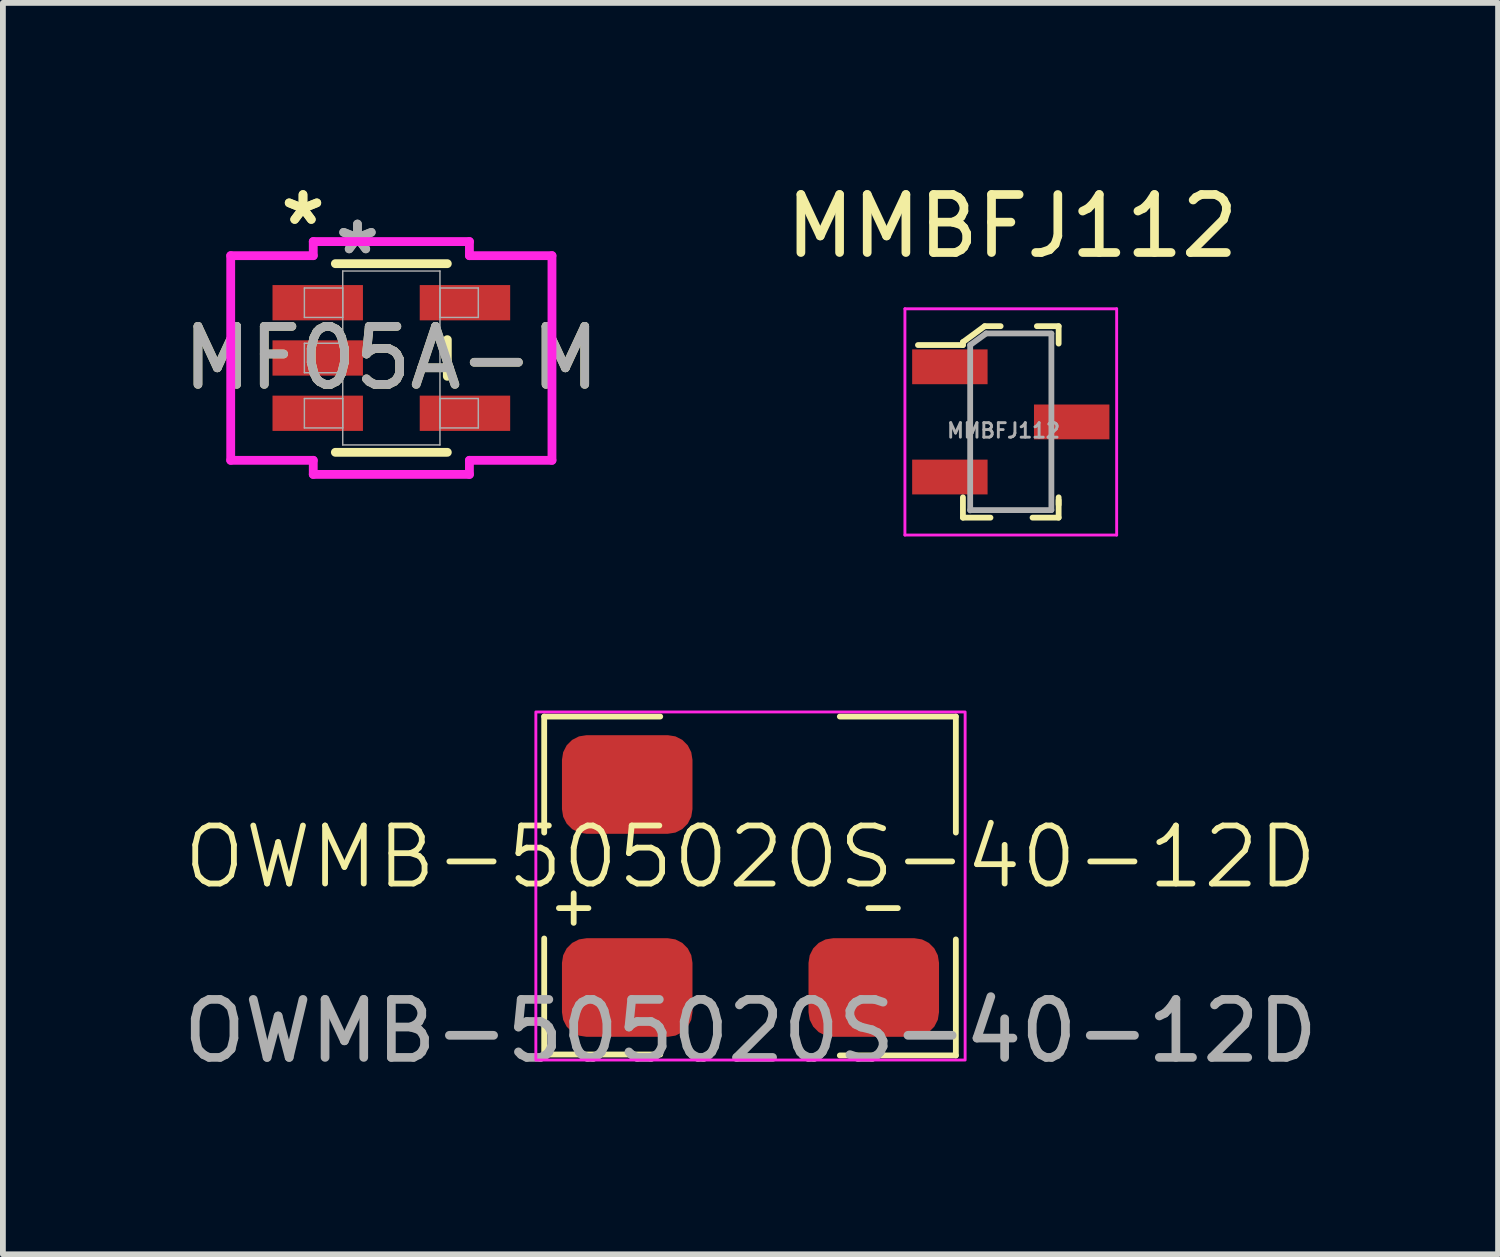
<source format=kicad_pcb>
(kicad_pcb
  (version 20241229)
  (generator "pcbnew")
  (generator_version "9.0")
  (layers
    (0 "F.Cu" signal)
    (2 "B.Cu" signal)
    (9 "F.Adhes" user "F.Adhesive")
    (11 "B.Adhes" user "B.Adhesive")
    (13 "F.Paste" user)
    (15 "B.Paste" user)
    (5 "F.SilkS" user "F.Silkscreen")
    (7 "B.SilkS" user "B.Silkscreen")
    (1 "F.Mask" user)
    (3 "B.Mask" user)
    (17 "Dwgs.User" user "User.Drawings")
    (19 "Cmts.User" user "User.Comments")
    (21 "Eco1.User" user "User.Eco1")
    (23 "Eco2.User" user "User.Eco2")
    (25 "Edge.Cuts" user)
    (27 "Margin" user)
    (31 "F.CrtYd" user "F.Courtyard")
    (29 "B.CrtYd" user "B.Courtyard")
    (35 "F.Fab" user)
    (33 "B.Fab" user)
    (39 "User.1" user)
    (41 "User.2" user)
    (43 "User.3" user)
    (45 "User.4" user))
  (footprint "OWMB-505020S-40-12D"
    (layer "F.Cu")
    (at 9.887 12.223)
    (property "Reference" "OWMB-505020S-40-12D" (at 0 -0.5 0) (unlocked yes) (layer "F.SilkS") (effects (font (size 1 1) (thickness 0.1))))
    (attr smd)
    (fp_line (start -3.556 -2.921) (end -3.556 -0.921) (stroke (width 0.1) (type default)) (layer "F.SilkS"))
    (fp_line (start -3.556 -2.921) (end -1.556 -2.921) (stroke (width 0.1) (type default)) (layer "F.SilkS"))
    (fp_line (start -3.556 2.905) (end -3.556 0.905) (stroke (width 0.1) (type default)) (layer "F.SilkS"))
    (fp_line (start -3.556 2.905) (end -1.556 2.905) (stroke (width 0.1) (type default)) (layer "F.SilkS"))
    (fp_line (start -3.302 0.381) (end -2.794 0.381) (stroke (width 0.1) (type default)) (layer "F.SilkS"))
    (fp_line (start -3.048 0.127) (end -3.048 0.635) (stroke (width 0.1) (type default)) (layer "F.SilkS"))
    (fp_line (start 2.032 0.381) (end 2.54 0.381) (stroke (width 0.1) (type default)) (layer "F.SilkS"))
    (fp_line (start 3.54 -2.921) (end 1.54 -2.921) (stroke (width 0.1) (type default)) (layer "F.SilkS"))
    (fp_line (start 3.54 -2.921) (end 3.54 -0.921) (stroke (width 0.1) (type default)) (layer "F.SilkS"))
    (fp_line (start 3.54 2.921) (end 1.54 2.921) (stroke (width 0.1) (type default)) (layer "F.SilkS"))
    (fp_line (start 3.54 2.921) (end 3.54 0.921) (stroke (width 0.1) (type default)) (layer "F.SilkS"))
    (fp_rect (start -3.7 -3) (end 3.7 3) (stroke (width 0.05) (type default)) (fill no) (layer "F.CrtYd"))
    (fp_text user "${REFERENCE}" (at 0 2.5 0) (unlocked yes) (layer "F.Fab") (effects (font (size 1 1) (thickness 0.15))))
    (pad "" smd roundrect (at -2.125 -1.75) (size 2.25 1.7) (layers "F.Cu" "F.Mask" "F.Paste") (roundrect_rratio 0.25))
    (pad "1" smd roundrect (at -2.125 1.75) (size 2.25 1.7) (layers "F.Cu" "F.Mask" "F.Paste") (roundrect_rratio 0.25))
    (pad "2" smd roundrect (at 2.125 1.75) (size 2.25 1.7) (layers "F.Cu" "F.Mask" "F.Paste") (roundrect_rratio 0.25)))
  (footprint "MMBFJ112"
    (layer "F.Cu")
    (at 14.374 4.223)
    (property "Reference" "MMBFJ112" (at 0.025 -3.375 0) (layer "F.SilkS") (effects (font (size 1 1) (thickness 0.15))))
    (attr smd)
    (fp_line (start -0.825 -1.375) (end -0.825 -1.325) (stroke (width 0.1) (type solid)) (layer "F.SilkS"))
    (fp_line (start -0.825 -1.325) (end -1.6 -1.325) (stroke (width 0.1) (type solid)) (layer "F.SilkS"))
    (fp_line (start -0.825 1.65) (end -0.825 1.3) (stroke (width 0.1) (type solid)) (layer "F.SilkS"))
    (fp_line (start -0.45 -1.65) (end -0.825 -1.375) (stroke (width 0.1) (type solid)) (layer "F.SilkS"))
    (fp_line (start -0.35 1.65) (end -0.825 1.65) (stroke (width 0.1) (type solid)) (layer "F.SilkS"))
    (fp_line (start -0.175 -1.65) (end -0.45 -1.65) (stroke (width 0.1) (type solid)) (layer "F.SilkS"))
    (fp_line (start 0.45 -1.65) (end 0.825 -1.65) (stroke (width 0.1) (type solid)) (layer "F.SilkS"))
    (fp_line (start 0.825 -1.65) (end 0.825 -1.35) (stroke (width 0.1) (type solid)) (layer "F.SilkS"))
    (fp_line (start 0.825 1.35) (end 0.825 1.65) (stroke (width 0.1) (type solid)) (layer "F.SilkS"))
    (fp_line (start 0.825 1.425) (end 0.825 1.3) (stroke (width 0.1) (type solid)) (layer "F.SilkS"))
    (fp_line (start 0.825 1.65) (end 0.375 1.65) (stroke (width 0.1) (type solid)) (layer "F.SilkS"))
    (fp_line (start -1.825 -1.95) (end -1.825 1.95) (stroke (width 0.05) (type solid)) (layer "F.CrtYd"))
    (fp_line (start -1.825 -1.95) (end 1.825 -1.95) (stroke (width 0.05) (type solid)) (layer "F.CrtYd"))
    (fp_line (start 1.825 -1.95) (end 1.825 1.95) (stroke (width 0.05) (type solid)) (layer "F.CrtYd"))
    (fp_line (start 1.825 1.95) (end -1.825 1.95) (stroke (width 0.05) (type solid)) (layer "F.CrtYd"))
    (fp_line (start -0.7 -1.325) (end -0.7 1.525) (stroke (width 0.1) (type solid)) (layer "F.Fab"))
    (fp_line (start -0.7 1.52) (end 0.7 1.52) (stroke (width 0.1) (type solid)) (layer "F.Fab"))
    (fp_line (start -0.425 -1.525) (end -0.7 -1.325) (stroke (width 0.1) (type solid)) (layer "F.Fab"))
    (fp_line (start -0.425 -1.525) (end 0.7 -1.525) (stroke (width 0.1) (type solid)) (layer "F.Fab"))
    (fp_line (start 0.7 1.52) (end 0.7 -1.52) (stroke (width 0.1) (type solid)) (layer "F.Fab"))
    (fp_text user "${REFERENCE}" (at -0.125 0.15 0) (layer "F.Fab") (effects (font (size 0.25 0.25) (thickness 0.05))))
    (pad "1" smd rect (at -1.05 0.95) (size 1.3 0.6) (layers "F.Cu" "F.Mask" "F.Paste"))
    (pad "2" smd rect (at -1.05 -0.95) (size 1.3 0.6) (layers "F.Cu" "F.Mask" "F.Paste"))
    (pad "3" smd rect (at 1.05 0) (size 1.3 0.6) (layers "F.Cu" "F.Mask" "F.Paste")))
  (footprint "MF05A-M"
    (layer "F.Cu")
    (at 3.696 3.121)
    (property "Reference" "MF05A-M" (at 0 0 0) (unlocked yes) (layer "F.SilkS") (effects (font (size 1 1) (thickness 0.15))))
    (attr smd)
    (fp_line (start -0.965 1.626) (end 0.965 1.626) (stroke (width 0.152) (type solid)) (layer "F.SilkS"))
    (fp_line (start 0.965 -1.626) (end -0.965 -1.626) (stroke (width 0.152) (type solid)) (layer "F.SilkS"))
    (fp_line (start 0.965 0.316) (end 0.965 -0.316) (stroke (width 0.152) (type solid)) (layer "F.SilkS"))
    (fp_line (start -2.769 -1.764) (end -1.346 -1.764) (stroke (width 0.152) (type solid)) (layer "F.CrtYd"))
    (fp_line (start -2.769 1.764) (end -2.769 -1.764) (stroke (width 0.152) (type solid)) (layer "F.CrtYd"))
    (fp_line (start -1.346 -2.007) (end 1.346 -2.007) (stroke (width 0.152) (type solid)) (layer "F.CrtYd"))
    (fp_line (start -1.346 -1.764) (end -1.346 -2.007) (stroke (width 0.152) (type solid)) (layer "F.CrtYd"))
    (fp_line (start -1.346 1.764) (end -2.769 1.764) (stroke (width 0.152) (type solid)) (layer "F.CrtYd"))
    (fp_line (start -1.346 2.007) (end -1.346 1.764) (stroke (width 0.152) (type solid)) (layer "F.CrtYd"))
    (fp_line (start 1.346 -2.007) (end 1.346 -1.764) (stroke (width 0.152) (type solid)) (layer "F.CrtYd"))
    (fp_line (start 1.346 -1.764) (end 2.769 -1.764) (stroke (width 0.152) (type solid)) (layer "F.CrtYd"))
    (fp_line (start 1.346 1.764) (end 1.346 2.007) (stroke (width 0.152) (type solid)) (layer "F.CrtYd"))
    (fp_line (start 1.346 2.007) (end -1.346 2.007) (stroke (width 0.152) (type solid)) (layer "F.CrtYd"))
    (fp_line (start 2.769 -1.764) (end 2.769 1.764) (stroke (width 0.152) (type solid)) (layer "F.CrtYd"))
    (fp_line (start 2.769 1.764) (end 1.346 1.764) (stroke (width 0.152) (type solid)) (layer "F.CrtYd"))
    (fp_line (start -1.499 -1.206) (end -1.499 -0.699) (stroke (width 0.025) (type solid)) (layer "F.Fab"))
    (fp_line (start -1.499 -0.699) (end -0.838 -0.699) (stroke (width 0.025) (type solid)) (layer "F.Fab"))
    (fp_line (start -1.499 -0.254) (end -1.499 0.254) (stroke (width 0.025) (type solid)) (layer "F.Fab"))
    (fp_line (start -1.499 0.254) (end -0.838 0.254) (stroke (width 0.025) (type solid)) (layer "F.Fab"))
    (fp_line (start -1.499 0.699) (end -1.499 1.206) (stroke (width 0.025) (type solid)) (layer "F.Fab"))
    (fp_line (start -1.499 1.206) (end -0.838 1.206) (stroke (width 0.025) (type solid)) (layer "F.Fab"))
    (fp_line (start -0.838 -1.499) (end -0.838 1.499) (stroke (width 0.025) (type solid)) (layer "F.Fab"))
    (fp_line (start -0.838 -1.206) (end -1.499 -1.206) (stroke (width 0.025) (type solid)) (layer "F.Fab"))
    (fp_line (start -0.838 -0.699) (end -0.838 -1.206) (stroke (width 0.025) (type solid)) (layer "F.Fab"))
    (fp_line (start -0.838 -0.254) (end -1.499 -0.254) (stroke (width 0.025) (type solid)) (layer "F.Fab"))
    (fp_line (start -0.838 0.254) (end -0.838 -0.254) (stroke (width 0.025) (type solid)) (layer "F.Fab"))
    (fp_line (start -0.838 0.699) (end -1.499 0.699) (stroke (width 0.025) (type solid)) (layer "F.Fab"))
    (fp_line (start -0.838 1.206) (end -0.838 0.699) (stroke (width 0.025) (type solid)) (layer "F.Fab"))
    (fp_line (start -0.838 1.499) (end 0.838 1.499) (stroke (width 0.025) (type solid)) (layer "F.Fab"))
    (fp_line (start 0.838 -1.499) (end -0.838 -1.499) (stroke (width 0.025) (type solid)) (layer "F.Fab"))
    (fp_line (start 0.838 -1.206) (end 0.838 -0.699) (stroke (width 0.025) (type solid)) (layer "F.Fab"))
    (fp_line (start 0.838 -0.699) (end 1.499 -0.699) (stroke (width 0.025) (type solid)) (layer "F.Fab"))
    (fp_line (start 0.838 0.699) (end 0.838 1.206) (stroke (width 0.025) (type solid)) (layer "F.Fab"))
    (fp_line (start 0.838 1.206) (end 1.499 1.206) (stroke (width 0.025) (type solid)) (layer "F.Fab"))
    (fp_line (start 0.838 1.499) (end 0.838 -1.499) (stroke (width 0.025) (type solid)) (layer "F.Fab"))
    (fp_line (start 1.499 -1.206) (end 0.838 -1.206) (stroke (width 0.025) (type solid)) (layer "F.Fab"))
    (fp_line (start 1.499 -0.699) (end 1.499 -1.206) (stroke (width 0.025) (type solid)) (layer "F.Fab"))
    (fp_line (start 1.499 0.699) (end 0.838 0.699) (stroke (width 0.025) (type solid)) (layer "F.Fab"))
    (fp_line (start 1.499 1.206) (end 1.499 0.699) (stroke (width 0.025) (type solid)) (layer "F.Fab"))
    (fp_text user "*" (at -1.523 -2.272 0) (unlocked yes) (layer "F.SilkS") (effects (font (size 1 1) (thickness 0.15))))
    (fp_text user "*" (at -1.523 -2.272 0) (layer "F.SilkS") (effects (font (size 1 1) (thickness 0.15))))
    (fp_text user "${REFERENCE}" (at 0 0 0) (unlocked yes) (layer "F.Fab") (effects (font (size 1 1) (thickness 0.15))))
    (fp_text user "*" (at -0.584 -1.764 0) (layer "F.Fab") (effects (font (size 1 1) (thickness 0.15))))
    (fp_text user "*" (at -0.584 -1.764 0) (unlocked yes) (layer "F.Fab") (effects (font (size 1 1) (thickness 0.15))))
    (pad "1" smd rect (at -1.269 -0.953) (size 1.559 0.608) (layers "F.Cu" "F.Mask" "F.Paste"))
    (pad "2" smd rect (at -1.269 0) (size 1.559 0.608) (layers "F.Cu" "F.Mask" "F.Paste"))
    (pad "3" smd rect (at -1.269 0.953) (size 1.559 0.608) (layers "F.Cu" "F.Mask" "F.Paste"))
    (pad "4" smd rect (at 1.269 0.953) (size 1.559 0.608) (layers "F.Cu" "F.Mask" "F.Paste"))
    (pad "5" smd rect (at 1.269 -0.953) (size 1.559 0.608) (layers "F.Cu" "F.Mask" "F.Paste")))
  (gr_rect
    (start -3 -3)
    (end 22.774 18.572)
    (stroke (width 0.1) (type default))
    (fill no)
    (layer "Edge.Cuts")))
</source>
